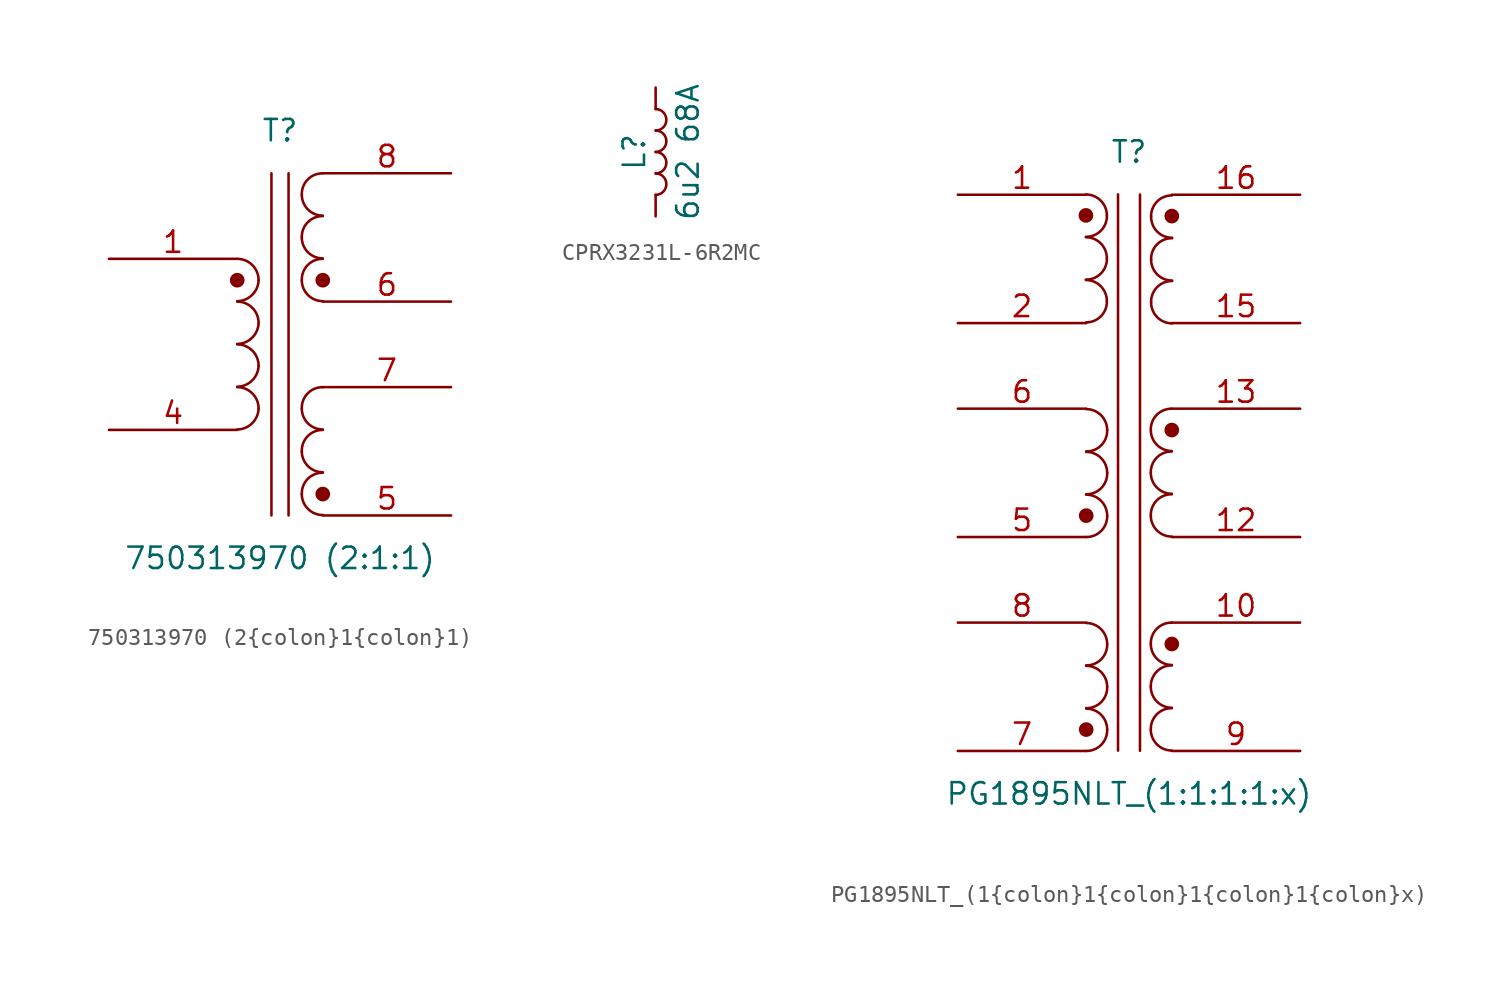
<source format=kicad_sym>
(kicad_symbol_lib
  (version 20231120)
  (generator "kicad_symbol_editor")
  (generator_version "8.0")
  (symbol "750313970 (2{colon}1{colon}1)"
    (pin_names
      (offset 1.016) hide)
    (property "Reference" "T"
      (at 0 12.7 0)
      (effects (font (size 1.27 1.27))))
    (property "Value" "750313970 (2{colon}1{colon}1)"
      (at 0 -12.7 0)
      (effects (font (size 1.27 1.27))))
    (symbol "750313970 (2{colon}1{colon}1)_0_0"
      (pin passive line (at -10.16 5.08 0) (length 7.62) (name "" (effects (font (size 1.27 1.27)))) (number "1" (effects (font (size 1.27 1.27)))))
      (pin no_connect line (at -3.81 6.35 0) (length 2.54) hide (name "" (effects (font (size 1.27 1.27)))) (number "2" (effects (font (size 1.27 1.27))))))
    (symbol "750313970 (2{colon}1{colon}1)_0_1"
      (arc (start -2.54 -5.0546) (mid -1.6599 -4.6901) (end -1.27 -3.81) (stroke (width 0) (type default)) (fill (type none)))
      (arc (start -2.54 -2.5146) (mid -1.6599 -2.1501) (end -1.27 -1.27) (stroke (width 0) (type default)) (fill (type none)))
      (arc (start -2.54 0.0254) (mid -1.6599 0.3899) (end -1.27 1.27) (stroke (width 0) (type default)) (fill (type none)))
      (arc (start -2.54 2.5654) (mid -1.6599 2.9299) (end -1.27 3.81) (stroke (width 0) (type default)) (fill (type none)))
      (circle (center -2.54 3.81) (radius 0.359) (stroke (width 0) (type default)) (fill (type outline)))
      (arc (start -1.27 -3.81) (mid -1.642 -2.912) (end -2.54 -2.54) (stroke (width 0) (type default)) (fill (type none)))
      (arc (start -1.27 -1.27) (mid -1.642 -0.372) (end -2.54 0) (stroke (width 0) (type default)) (fill (type none)))
      (arc (start -1.27 1.27) (mid -1.642 2.168) (end -2.54 2.54) (stroke (width 0) (type default)) (fill (type none)))
      (arc (start -1.27 3.81) (mid -1.642 4.708) (end -2.54 5.08) (stroke (width 0) (type default)) (fill (type none)))
      (polyline (pts (xy -0.508 -10.16) (xy -0.508 10.16)) (stroke (width 0) (type default)) (fill (type none)))
      (polyline (pts (xy 0.508 10.16) (xy 0.508 -10.16)) (stroke (width 0) (type default)) (fill (type none)))
      (arc (start 1.2954 -8.89) (mid 1.6599 -9.7701) (end 2.54 -10.1346) (stroke (width 0) (type default)) (fill (type none)))
      (arc (start 1.2954 -6.35) (mid 1.6599 -7.2301) (end 2.54 -7.5946) (stroke (width 0) (type default)) (fill (type none)))
      (arc (start 1.2954 -3.81) (mid 1.6599 -4.6901) (end 2.54 -5.0546) (stroke (width 0) (type default)) (fill (type none)))
      (arc (start 1.2954 3.81) (mid 1.6599 2.9299) (end 2.54 2.5654) (stroke (width 0) (type default)) (fill (type none)))
      (arc (start 1.2954 6.35) (mid 1.6599 5.4699) (end 2.54 5.1054) (stroke (width 0) (type default)) (fill (type none)))
      (arc (start 1.2954 8.89) (mid 1.6599 8.0099) (end 2.54 7.6454) (stroke (width 0) (type default)) (fill (type none)))
      (circle (center 2.54 -8.89) (radius 0.359) (stroke (width 0) (type default)) (fill (type outline)))
      (arc (start 2.54 -7.62) (mid 1.642 -7.992) (end 1.2954 -8.89) (stroke (width 0) (type default)) (fill (type none)))
      (arc (start 2.54 -5.08) (mid 1.642 -5.452) (end 1.2954 -6.35) (stroke (width 0) (type default)) (fill (type none)))
      (arc (start 2.54 -2.54) (mid 1.642 -2.912) (end 1.2954 -3.81) (stroke (width 0) (type default)) (fill (type none)))
      (circle (center 2.54 3.81) (radius 0.359) (stroke (width 0) (type default)) (fill (type outline)))
      (arc (start 2.54 5.08) (mid 1.642 4.708) (end 1.2954 3.81) (stroke (width 0) (type default)) (fill (type none)))
      (arc (start 2.54 7.62) (mid 1.642 7.248) (end 1.2954 6.35) (stroke (width 0) (type default)) (fill (type none)))
      (arc (start 2.54 10.16) (mid 1.642 9.788) (end 1.2954 8.89) (stroke (width 0) (type default)) (fill (type none))))
    (symbol "750313970 (2{colon}1{colon}1)_1_1"
      (pin no_connect line (at -3.81 8.89 0) (length 2.54) hide (name "" (effects (font (size 1.27 1.27)))) (number "3" (effects (font (size 1.27 1.27)))))
      (pin passive line (at -10.16 -5.08 0) (length 7.62) (name "" (effects (font (size 1.27 1.27)))) (number "4" (effects (font (size 1.27 1.27)))))
      (pin passive line (at 10.16 -10.16 180) (length 7.62) (name "" (effects (font (size 1.27 1.27)))) (number "5" (effects (font (size 1.27 1.27)))))
      (pin passive line (at 10.16 2.54 180) (length 7.62) (name "" (effects (font (size 1.27 1.27)))) (number "6" (effects (font (size 1.27 1.27)))))
      (pin passive line (at 10.16 -2.54 180) (length 7.62) (name "" (effects (font (size 1.27 1.27)))) (number "7" (effects (font (size 1.27 1.27)))))
      (pin passive line (at 10.16 10.16 180) (length 7.62) (name "" (effects (font (size 1.27 1.27)))) (number "8" (effects (font (size 1.27 1.27)))))))
  (symbol "CPRX3231L-6R2MC"
    (pin_numbers hide)
    (pin_names
      (offset 1.016) hide)
    (property "Reference" "L"
      (at -1.27 0 90)
      (effects (font (size 1.27 1.27))))
    (property "Value" "6u2 68A"
      (at 1.905 0 90)
      (effects (font (size 1.27 1.27))))
    (symbol "CPRX3231L-6R2MC_0_1"
      (arc (start 0 -2.54) (mid 0.6323 -1.905) (end 0 -1.27) (stroke (width 0) (type default)) (fill (type none)))
      (arc (start 0 -1.27) (mid 0.6323 -0.635) (end 0 0) (stroke (width 0) (type default)) (fill (type none)))
      (arc (start 0 0) (mid 0.6323 0.635) (end 0 1.27) (stroke (width 0) (type default)) (fill (type none)))
      (arc (start 0 1.27) (mid 0.6323 1.905) (end 0 2.54) (stroke (width 0) (type default)) (fill (type none))))
    (symbol "CPRX3231L-6R2MC_1_1"
      (pin passive line (at 0 3.81 270) (length 1.27) (name "1" (effects (font (size 1.27 1.27)))) (number "1" (effects (font (size 1.27 1.27)))))
      (pin passive line (at 0 -3.81 90) (length 1.27) (name "2" (effects (font (size 1.27 1.27)))) (number "2" (effects (font (size 1.27 1.27)))))))
  (symbol "PG1895NLT_(1{colon}1{colon}1{colon}1{colon}x)"
    (pin_names
      (offset 1.016) hide)
    (property "Reference" "T"
      (at 0 19.05 0)
      (effects (font (size 1.27 1.27))))
    (property "Value" "PG1895NLT_(1{colon}1{colon}1{colon}1{colon}x)"
      (at 0 -19.05 0)
      (effects (font (size 1.27 1.27))))
    (symbol "PG1895NLT_(1{colon}1{colon}1{colon}1{colon}x)_0_1"
      (arc (start -2.557 8.932) (mid -1.6628 9.3005) (end -1.3124 10.202) (stroke (width 0) (type default)) (fill (type none)))
      (arc (start -2.557 11.472) (mid -1.6628 11.8405) (end -1.3124 12.742) (stroke (width 0) (type default)) (fill (type none)))
      (arc (start -2.557 14.012) (mid -1.6628 14.3805) (end -1.3124 15.282) (stroke (width 0) (type default)) (fill (type none)))
      (circle (center -2.557 15.282) (radius 0.359) (stroke (width 0) (type default)) (fill (type outline)))
      (arc (start -2.54 -16.51) (mid -1.6458 -16.1415) (end -1.2954 -15.24) (stroke (width 0) (type default)) (fill (type none)))
      (circle (center -2.54 -15.24) (radius 0.359) (stroke (width 0) (type default)) (fill (type outline)))
      (arc (start -2.54 -13.97) (mid -1.6458 -13.6015) (end -1.2954 -12.7) (stroke (width 0) (type default)) (fill (type none)))
      (arc (start -2.54 -11.43) (mid -1.6458 -11.0615) (end -1.2954 -10.16) (stroke (width 0) (type default)) (fill (type none)))
      (arc (start -2.54 -3.81) (mid -1.6458 -3.4415) (end -1.2954 -2.54) (stroke (width 0) (type default)) (fill (type none)))
      (circle (center -2.54 -2.54) (radius 0.359) (stroke (width 0) (type default)) (fill (type outline)))
      (arc (start -2.54 -1.27) (mid -1.6458 -0.9015) (end -1.2954 0) (stroke (width 0) (type default)) (fill (type none)))
      (arc (start -2.54 1.27) (mid -1.6458 1.6385) (end -1.2954 2.54) (stroke (width 0) (type default)) (fill (type none)))
      (arc (start -1.3124 10.202) (mid -1.6769 11.0821) (end -2.557 11.4466) (stroke (width 0) (type default)) (fill (type none)))
      (arc (start -1.3124 12.742) (mid -1.6769 13.6221) (end -2.557 13.9866) (stroke (width 0) (type default)) (fill (type none)))
      (arc (start -1.3124 15.282) (mid -1.6769 16.1621) (end -2.557 16.5266) (stroke (width 0) (type default)) (fill (type none)))
      (arc (start -1.2954 -15.24) (mid -1.6599 -14.3599) (end -2.54 -13.9954) (stroke (width 0) (type default)) (fill (type none)))
      (arc (start -1.2954 -12.7) (mid -1.6599 -11.8199) (end -2.54 -11.4554) (stroke (width 0) (type default)) (fill (type none)))
      (arc (start -1.2954 -10.16) (mid -1.6599 -9.2799) (end -2.54 -8.9154) (stroke (width 0) (type default)) (fill (type none)))
      (arc (start -1.2954 -2.54) (mid -1.6599 -1.6599) (end -2.54 -1.2954) (stroke (width 0) (type default)) (fill (type none)))
      (arc (start -1.2954 0) (mid -1.6599 0.8801) (end -2.54 1.2446) (stroke (width 0) (type default)) (fill (type none)))
      (arc (start -1.2954 2.54) (mid -1.6599 3.4201) (end -2.54 3.7846) (stroke (width 0) (type default)) (fill (type none)))
      (polyline (pts (xy -0.652 -16.489) (xy -0.652 16.531)) (stroke (width 0) (type default)) (fill (type none)))
      (polyline (pts (xy 0.652 16.52) (xy 0.652 -16.5)) (stroke (width 0) (type default)) (fill (type none)))
      (arc (start 1.2954 -15.24) (mid 1.6599 -16.1201) (end 2.54 -16.4846) (stroke (width 0) (type default)) (fill (type none)))
      (arc (start 1.2954 -12.7) (mid 1.6599 -13.5801) (end 2.54 -13.9446) (stroke (width 0) (type default)) (fill (type none)))
      (arc (start 1.2954 -10.16) (mid 1.6599 -11.0401) (end 2.54 -11.4046) (stroke (width 0) (type default)) (fill (type none)))
      (arc (start 1.2954 -2.54) (mid 1.6599 -3.4201) (end 2.54 -3.7846) (stroke (width 0) (type default)) (fill (type none)))
      (arc (start 1.2954 0) (mid 1.6599 -0.8801) (end 2.54 -1.2446) (stroke (width 0) (type default)) (fill (type none)))
      (arc (start 1.2954 2.54) (mid 1.6599 1.6599) (end 2.54 1.2954) (stroke (width 0) (type default)) (fill (type none)))
      (arc (start 1.3124 10.118) (mid 1.6769 9.2379) (end 2.557 8.8734) (stroke (width 0) (type default)) (fill (type none)))
      (arc (start 1.3124 12.658) (mid 1.6769 11.7779) (end 2.557 11.4134) (stroke (width 0) (type default)) (fill (type none)))
      (arc (start 1.3124 15.198) (mid 1.6769 14.3179) (end 2.557 13.9534) (stroke (width 0) (type default)) (fill (type none)))
      (arc (start 2.54 -13.97) (mid 1.6458 -14.3385) (end 1.2954 -15.24) (stroke (width 0) (type default)) (fill (type none)))
      (arc (start 2.54 -11.43) (mid 1.6458 -11.7985) (end 1.2954 -12.7) (stroke (width 0) (type default)) (fill (type none)))
      (circle (center 2.54 -10.16) (radius 0.359) (stroke (width 0) (type default)) (fill (type outline)))
      (arc (start 2.54 -8.89) (mid 1.6458 -9.2585) (end 1.2954 -10.16) (stroke (width 0) (type default)) (fill (type none)))
      (arc (start 2.54 -1.27) (mid 1.6458 -1.6385) (end 1.2954 -2.54) (stroke (width 0) (type default)) (fill (type none)))
      (arc (start 2.54 1.27) (mid 1.6458 0.9015) (end 1.2954 0) (stroke (width 0) (type default)) (fill (type none)))
      (circle (center 2.54 2.54) (radius 0.359) (stroke (width 0) (type default)) (fill (type outline)))
      (arc (start 2.54 3.81) (mid 1.6458 3.4415) (end 1.2954 2.54) (stroke (width 0) (type default)) (fill (type none)))
      (circle (center 2.54 15.24) (radius 0.359) (stroke (width 0) (type default)) (fill (type outline)))
      (arc (start 2.557 11.388) (mid 1.6628 11.0195) (end 1.3124 10.118) (stroke (width 0) (type default)) (fill (type none)))
      (arc (start 2.557 13.928) (mid 1.6628 13.5595) (end 1.3124 12.658) (stroke (width 0) (type default)) (fill (type none)))
      (arc (start 2.557 16.468) (mid 1.6628 16.0995) (end 1.3124 15.198) (stroke (width 0) (type default)) (fill (type none))))
    (symbol "PG1895NLT_(1{colon}1{colon}1{colon}1{colon}x)_1_1"
      (pin passive line (at -10.16 16.51 0) (length 7.62) (name "" (effects (font (size 1.27 1.27)))) (number "1" (effects (font (size 1.27 1.27)))))
      (pin passive line (at 10.16 -8.89 180) (length 7.62) (name "" (effects (font (size 1.27 1.27)))) (number "10" (effects (font (size 1.27 1.27)))))
      (pin passive line (at 10.16 -3.81 180) (length 7.62) (name "" (effects (font (size 1.27 1.27)))) (number "12" (effects (font (size 1.27 1.27)))))
      (pin passive line (at 10.16 3.81 180) (length 7.62) (name "" (effects (font (size 1.27 1.27)))) (number "13" (effects (font (size 1.27 1.27)))))
      (pin passive line (at 10.16 8.89 180) (length 7.62) (name "" (effects (font (size 1.27 1.27)))) (number "15" (effects (font (size 1.27 1.27)))))
      (pin passive line (at 10.16 16.51 180) (length 7.62) (name "" (effects (font (size 1.27 1.27)))) (number "16" (effects (font (size 1.27 1.27)))))
      (pin passive line (at -10.16 8.89 0) (length 7.62) (name "" (effects (font (size 1.27 1.27)))) (number "2" (effects (font (size 1.27 1.27)))))
      (pin passive line (at -10.16 -3.81 0) (length 7.62) (name "" (effects (font (size 1.27 1.27)))) (number "5" (effects (font (size 1.27 1.27)))))
      (pin passive line (at -10.16 3.81 0) (length 7.62) (name "" (effects (font (size 1.27 1.27)))) (number "6" (effects (font (size 1.27 1.27)))))
      (pin passive line (at -10.16 -16.51 0) (length 7.62) (name "" (effects (font (size 1.27 1.27)))) (number "7" (effects (font (size 1.27 1.27)))))
      (pin passive line (at -10.16 -8.89 0) (length 7.62) (name "" (effects (font (size 1.27 1.27)))) (number "8" (effects (font (size 1.27 1.27)))))
      (pin passive line (at 10.16 -16.51 180) (length 7.62) (name "" (effects (font (size 1.27 1.27)))) (number "9" (effects (font (size 1.27 1.27))))))))
</source>
